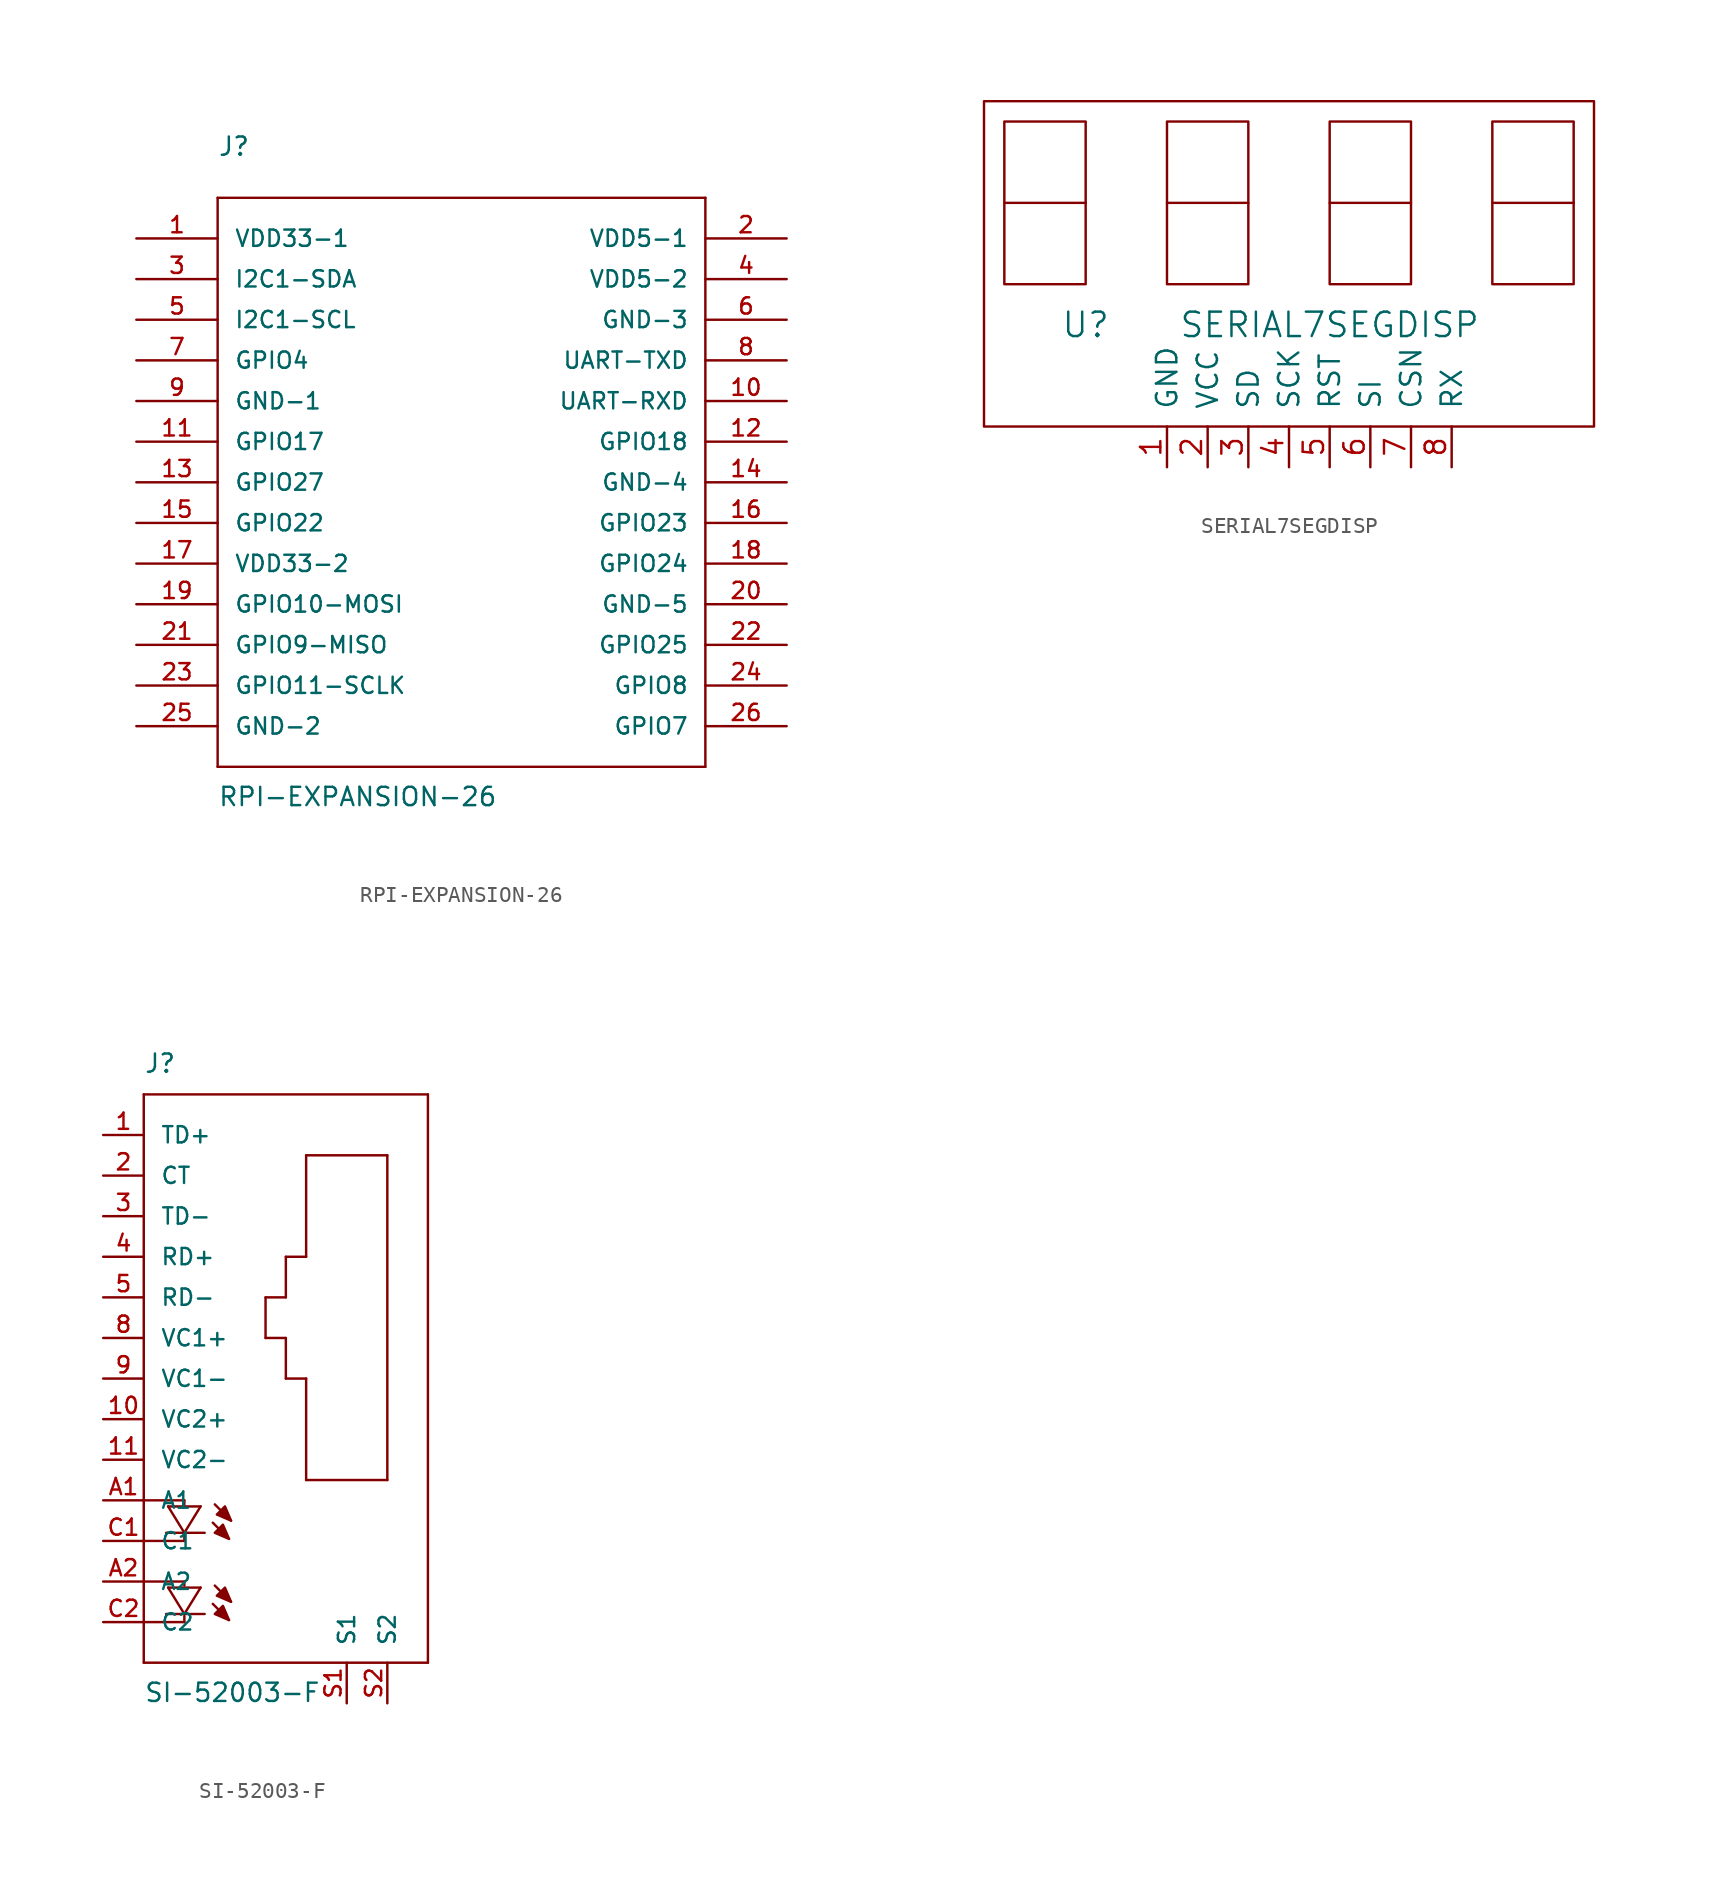
<source format=kicad_sym>
(kicad_symbol_lib
  (version 20220914)
  (generator kicad_symbol_editor)
  (symbol "RPI-EXPANSION-26"
    (pin_names
      (offset 1.016))
    (property "Reference" "J"
      (at -25.4 27.94 0)
      (effects (font (size 1.143 1.143)) (justify left bottom)))
    (property "Value" "RPI-EXPANSION-26"
      (at -25.4 -12.7 0)
      (effects (font (size 1.143 1.143)) (justify left bottom)))
    (property "ki_locked" ""
      (at 0 0 0)
      (effects (font (size 1.27 1.27))))
    (symbol "RPI-EXPANSION-26_1_0"
      (polyline (pts (xy -25.4 -10.16) (xy 5.08 -10.16)) (stroke (width 0) (type solid)) (fill (type none)))
      (polyline (pts (xy -25.4 25.4) (xy -25.4 -10.16)) (stroke (width 0) (type solid)) (fill (type none)))
      (polyline (pts (xy 5.08 -10.16) (xy 5.08 25.4)) (stroke (width 0) (type solid)) (fill (type none)))
      (polyline (pts (xy 5.08 25.4) (xy -25.4 25.4)) (stroke (width 0) (type solid)) (fill (type none))))
    (symbol "RPI-EXPANSION-26_1_1"
      (pin bidirectional line (at -30.48 22.86 0) (length 5.08) (name "VDD33-1" (effects (font (size 1.016 1.016)))) (number "1" (effects (font (size 1.016 1.016)))))
      (pin bidirectional line (at 10.16 12.7 180) (length 5.08) (name "UART-RXD" (effects (font (size 1.016 1.016)))) (number "10" (effects (font (size 1.016 1.016)))))
      (pin bidirectional line (at -30.48 10.16 0) (length 5.08) (name "GPIO17" (effects (font (size 1.016 1.016)))) (number "11" (effects (font (size 1.016 1.016)))))
      (pin bidirectional line (at 10.16 10.16 180) (length 5.08) (name "GPIO18" (effects (font (size 1.016 1.016)))) (number "12" (effects (font (size 1.016 1.016)))))
      (pin bidirectional line (at -30.48 7.62 0) (length 5.08) (name "GPIO27" (effects (font (size 1.016 1.016)))) (number "13" (effects (font (size 1.016 1.016)))))
      (pin bidirectional line (at 10.16 7.62 180) (length 5.08) (name "GND-4" (effects (font (size 1.016 1.016)))) (number "14" (effects (font (size 1.016 1.016)))))
      (pin bidirectional line (at -30.48 5.08 0) (length 5.08) (name "GPIO22" (effects (font (size 1.016 1.016)))) (number "15" (effects (font (size 1.016 1.016)))))
      (pin bidirectional line (at 10.16 5.08 180) (length 5.08) (name "GPIO23" (effects (font (size 1.016 1.016)))) (number "16" (effects (font (size 1.016 1.016)))))
      (pin bidirectional line (at -30.48 2.54 0) (length 5.08) (name "VDD33-2" (effects (font (size 1.016 1.016)))) (number "17" (effects (font (size 1.016 1.016)))))
      (pin bidirectional line (at 10.16 2.54 180) (length 5.08) (name "GPIO24" (effects (font (size 1.016 1.016)))) (number "18" (effects (font (size 1.016 1.016)))))
      (pin bidirectional line (at -30.48 0 0) (length 5.08) (name "GPIO10-MOSI" (effects (font (size 1.016 1.016)))) (number "19" (effects (font (size 1.016 1.016)))))
      (pin bidirectional line (at 10.16 22.86 180) (length 5.08) (name "VDD5-1" (effects (font (size 1.016 1.016)))) (number "2" (effects (font (size 1.016 1.016)))))
      (pin bidirectional line (at 10.16 0 180) (length 5.08) (name "GND-5" (effects (font (size 1.016 1.016)))) (number "20" (effects (font (size 1.016 1.016)))))
      (pin bidirectional line (at -30.48 -2.54 0) (length 5.08) (name "GPIO9-MISO" (effects (font (size 1.016 1.016)))) (number "21" (effects (font (size 1.016 1.016)))))
      (pin bidirectional line (at 10.16 -2.54 180) (length 5.08) (name "GPIO25" (effects (font (size 1.016 1.016)))) (number "22" (effects (font (size 1.016 1.016)))))
      (pin bidirectional line (at -30.48 -5.08 0) (length 5.08) (name "GPIO11-SCLK" (effects (font (size 1.016 1.016)))) (number "23" (effects (font (size 1.016 1.016)))))
      (pin bidirectional line (at 10.16 -5.08 180) (length 5.08) (name "GPIO8" (effects (font (size 1.016 1.016)))) (number "24" (effects (font (size 1.016 1.016)))))
      (pin bidirectional line (at -30.48 -7.62 0) (length 5.08) (name "GND-2" (effects (font (size 1.016 1.016)))) (number "25" (effects (font (size 1.016 1.016)))))
      (pin bidirectional line (at 10.16 -7.62 180) (length 5.08) (name "GPIO7" (effects (font (size 1.016 1.016)))) (number "26" (effects (font (size 1.016 1.016)))))
      (pin bidirectional line (at -30.48 20.32 0) (length 5.08) (name "I2C1-SDA" (effects (font (size 1.016 1.016)))) (number "3" (effects (font (size 1.016 1.016)))))
      (pin bidirectional line (at 10.16 20.32 180) (length 5.08) (name "VDD5-2" (effects (font (size 1.016 1.016)))) (number "4" (effects (font (size 1.016 1.016)))))
      (pin bidirectional line (at -30.48 17.78 0) (length 5.08) (name "I2C1-SCL" (effects (font (size 1.016 1.016)))) (number "5" (effects (font (size 1.016 1.016)))))
      (pin bidirectional line (at 10.16 17.78 180) (length 5.08) (name "GND-3" (effects (font (size 1.016 1.016)))) (number "6" (effects (font (size 1.016 1.016)))))
      (pin bidirectional line (at -30.48 15.24 0) (length 5.08) (name "GPIO4" (effects (font (size 1.016 1.016)))) (number "7" (effects (font (size 1.016 1.016)))))
      (pin bidirectional line (at 10.16 15.24 180) (length 5.08) (name "UART-TXD" (effects (font (size 1.016 1.016)))) (number "8" (effects (font (size 1.016 1.016)))))
      (pin bidirectional line (at -30.48 12.7 0) (length 5.08) (name "GND-1" (effects (font (size 1.016 1.016)))) (number "9" (effects (font (size 1.016 1.016)))))))
  (symbol "SERIAL7SEGDISP"
    (pin_names
      (offset 1.016))
    (property "Reference" "U"
      (at -12.7 -2.54 0)
      (effects (font (size 1.524 1.524))))
    (property "Value" "SERIAL7SEGDISP"
      (at 2.54 -2.54 0)
      (effects (font (size 1.524 1.524))))
    (symbol "SERIAL7SEGDISP_0_1"
      (rectangle (start -19.05 -8.89) (end 19.05 11.43) (stroke (width 0) (type solid)) (fill (type none)))
      (polyline (pts (xy -17.78 5.08) (xy -12.7 5.08) (xy -12.7 5.08)) (stroke (width 0) (type solid)) (fill (type none)))
      (polyline (pts (xy -7.62 5.08) (xy -2.54 5.08) (xy -2.54 5.08)) (stroke (width 0) (type solid)) (fill (type none)))
      (polyline (pts (xy 2.54 5.08) (xy 7.62 5.08) (xy 7.62 5.08)) (stroke (width 0) (type solid)) (fill (type none)))
      (polyline (pts (xy 12.7 5.08) (xy 17.78 5.08) (xy 17.78 5.08)) (stroke (width 0) (type solid)) (fill (type none)))
      (polyline (pts (xy -17.78 10.16) (xy -17.78 0) (xy -12.7 0) (xy -12.7 10.16) (xy -17.78 10.16) (xy -17.78 10.16)) (stroke (width 0) (type solid)) (fill (type none)))
      (polyline (pts (xy -7.62 10.16) (xy -7.62 0) (xy -2.54 0) (xy -2.54 10.16) (xy -7.62 10.16) (xy -7.62 10.16)) (stroke (width 0) (type solid)) (fill (type none)))
      (polyline (pts (xy 2.54 10.16) (xy 2.54 0) (xy 7.62 0) (xy 7.62 10.16) (xy 2.54 10.16) (xy 2.54 10.16)) (stroke (width 0) (type solid)) (fill (type none)))
      (polyline (pts (xy 12.7 10.16) (xy 12.7 0) (xy 16.51 0) (xy 17.78 0) (xy 17.78 10.16) (xy 12.7 10.16) (xy 12.7 10.16)) (stroke (width 0) (type solid)) (fill (type none))))
    (symbol "SERIAL7SEGDISP_1_1"
      (pin input line (at -7.62 -11.43 90) (length 2.54) (name "GND" (effects (font (size 1.27 1.27)))) (number "1" (effects (font (size 1.27 1.27)))))
      (pin input line (at -5.08 -11.43 90) (length 2.54) (name "VCC" (effects (font (size 1.27 1.27)))) (number "2" (effects (font (size 1.27 1.27)))))
      (pin input line (at -2.54 -11.43 90) (length 2.54) (name "SD" (effects (font (size 1.27 1.27)))) (number "3" (effects (font (size 1.27 1.27)))))
      (pin input line (at 0 -11.43 90) (length 2.54) (name "SCK" (effects (font (size 1.27 1.27)))) (number "4" (effects (font (size 1.27 1.27)))))
      (pin input line (at 2.54 -11.43 90) (length 2.54) (name "RST" (effects (font (size 1.27 1.27)))) (number "5" (effects (font (size 1.27 1.27)))))
      (pin input line (at 5.08 -11.43 90) (length 2.54) (name "SI" (effects (font (size 1.27 1.27)))) (number "6" (effects (font (size 1.27 1.27)))))
      (pin input line (at 7.62 -11.43 90) (length 2.54) (name "CSN" (effects (font (size 1.27 1.27)))) (number "7" (effects (font (size 1.27 1.27)))))
      (pin input line (at 10.16 -11.43 90) (length 2.54) (name "RX" (effects (font (size 1.27 1.27)))) (number "8" (effects (font (size 1.27 1.27)))))))
  (symbol "SI-52003-F"
    (pin_names
      (offset 1.016))
    (property "Reference" "J"
      (at -7.62 21.59 0)
      (effects (font (size 1.143 1.143)) (justify left bottom)))
    (property "Value" "SI-52003-F"
      (at -7.62 -17.78 0)
      (effects (font (size 1.143 1.143)) (justify left bottom)))
    (property "ki_locked" ""
      (at 0 0 0)
      (effects (font (size 1.27 1.27))))
    (symbol "SI-52003-F_1_0"
      (polyline (pts (xy -7.62 -15.24) (xy 10.16 -15.24)) (stroke (width 0) (type solid)) (fill (type none)))
      (polyline (pts (xy -7.62 -10.16) (xy -5.08 -10.16)) (stroke (width 0) (type solid)) (fill (type none)))
      (polyline (pts (xy -7.62 -7.62) (xy -7.62 -15.24)) (stroke (width 0) (type solid)) (fill (type none)))
      (polyline (pts (xy -7.62 -5.08) (xy -7.62 -7.62)) (stroke (width 0) (type solid)) (fill (type none)))
      (polyline (pts (xy -7.62 -5.08) (xy -5.08 -5.08)) (stroke (width 0) (type solid)) (fill (type none)))
      (polyline (pts (xy -7.62 20.32) (xy -7.62 -5.08)) (stroke (width 0) (type solid)) (fill (type none)))
      (polyline (pts (xy -6.223 -12.192) (xy -5.08 -12.192)) (stroke (width 0) (type solid)) (fill (type none)))
      (polyline (pts (xy -6.223 -7.112) (xy -5.08 -7.112)) (stroke (width 0) (type solid)) (fill (type none)))
      (polyline (pts (xy -6.096 -10.541) (xy -5.08 -12.192)) (stroke (width 0) (type solid)) (fill (type none)))
      (polyline (pts (xy -6.096 -10.541) (xy -4.064 -10.541)) (stroke (width 0) (type solid)) (fill (type none)))
      (polyline (pts (xy -6.096 -5.461) (xy -5.08 -7.112)) (stroke (width 0) (type solid)) (fill (type none)))
      (polyline (pts (xy -6.096 -5.461) (xy -4.064 -5.461)) (stroke (width 0) (type solid)) (fill (type none)))
      (polyline (pts (xy -5.08 -12.7) (xy -7.62 -12.7)) (stroke (width 0) (type solid)) (fill (type none)))
      (polyline (pts (xy -5.08 -12.319) (xy -5.08 -12.7)) (stroke (width 0) (type solid)) (fill (type none)))
      (polyline (pts (xy -5.08 -12.192) (xy -4.064 -10.541)) (stroke (width 0) (type solid)) (fill (type none)))
      (polyline (pts (xy -5.08 -12.192) (xy -3.81 -12.192)) (stroke (width 0) (type solid)) (fill (type none)))
      (polyline (pts (xy -5.08 -10.16) (xy -5.08 -10.414)) (stroke (width 0) (type solid)) (fill (type none)))
      (polyline (pts (xy -5.08 -7.62) (xy -7.62 -7.62)) (stroke (width 0) (type solid)) (fill (type none)))
      (polyline (pts (xy -5.08 -7.239) (xy -5.08 -7.62)) (stroke (width 0) (type solid)) (fill (type none)))
      (polyline (pts (xy -5.08 -7.112) (xy -4.064 -5.461)) (stroke (width 0) (type solid)) (fill (type none)))
      (polyline (pts (xy -5.08 -7.112) (xy -3.81 -7.112)) (stroke (width 0) (type solid)) (fill (type none)))
      (polyline (pts (xy -5.08 -5.08) (xy -5.08 -5.334)) (stroke (width 0) (type solid)) (fill (type none)))
      (polyline (pts (xy -3.302 -11.557) (xy -2.286 -12.573)) (stroke (width 0) (type solid)) (fill (type none)))
      (polyline (pts (xy -3.302 -6.477) (xy -2.286 -7.493)) (stroke (width 0) (type solid)) (fill (type none)))
      (polyline (pts (xy -3.175 -10.414) (xy -2.159 -11.43)) (stroke (width 0) (type solid)) (fill (type none)))
      (polyline (pts (xy -3.175 -5.334) (xy -2.159 -6.35)) (stroke (width 0) (type solid)) (fill (type none)))
      (polyline (pts (xy 0 5.08) (xy 1.27 5.08)) (stroke (width 0) (type solid)) (fill (type none)))
      (polyline (pts (xy 0 7.62) (xy 0 5.08)) (stroke (width 0) (type solid)) (fill (type none)))
      (polyline (pts (xy 1.27 2.54) (xy 2.54 2.54)) (stroke (width 0) (type solid)) (fill (type none)))
      (polyline (pts (xy 1.27 5.08) (xy 1.27 2.54)) (stroke (width 0) (type solid)) (fill (type none)))
      (polyline (pts (xy 1.27 7.62) (xy 0 7.62)) (stroke (width 0) (type solid)) (fill (type none)))
      (polyline (pts (xy 1.27 10.16) (xy 1.27 7.62)) (stroke (width 0) (type solid)) (fill (type none)))
      (polyline (pts (xy 2.54 -3.81) (xy 7.62 -3.81)) (stroke (width 0) (type solid)) (fill (type none)))
      (polyline (pts (xy 2.54 2.54) (xy 2.54 -3.81)) (stroke (width 0) (type solid)) (fill (type none)))
      (polyline (pts (xy 2.54 10.16) (xy 1.27 10.16)) (stroke (width 0) (type solid)) (fill (type none)))
      (polyline (pts (xy 2.54 16.51) (xy 2.54 10.16)) (stroke (width 0) (type solid)) (fill (type none)))
      (polyline (pts (xy 7.62 -3.81) (xy 7.62 16.51)) (stroke (width 0) (type solid)) (fill (type none)))
      (polyline (pts (xy 7.62 16.51) (xy 2.54 16.51)) (stroke (width 0) (type solid)) (fill (type none)))
      (polyline (pts (xy 10.16 -15.24) (xy 10.16 20.32)) (stroke (width 0) (type solid)) (fill (type none)))
      (polyline (pts (xy 10.16 20.32) (xy -7.62 20.32)) (stroke (width 0) (type solid)) (fill (type none))))
    (symbol "SI-52003-F_1_1"
      (polyline (pts (xy -2.286 -12.573) (xy -2.667 -11.684) (xy -2.667 -11.684) (xy -3.175 -12.192) (xy -3.175 -12.192) (xy -2.286 -12.573)) (stroke (width 0) (type solid)) (fill (type outline)))
      (polyline (pts (xy -2.286 -7.493) (xy -2.667 -6.604) (xy -2.667 -6.604) (xy -3.175 -7.112) (xy -3.175 -7.112) (xy -2.286 -7.493)) (stroke (width 0) (type solid)) (fill (type outline)))
      (polyline (pts (xy -2.159 -11.43) (xy -2.54 -10.541) (xy -2.54 -10.541) (xy -3.048 -11.049) (xy -3.048 -11.049) (xy -2.159 -11.43)) (stroke (width 0) (type solid)) (fill (type outline)))
      (polyline (pts (xy -2.159 -6.35) (xy -2.54 -5.461) (xy -2.54 -5.461) (xy -3.048 -5.969) (xy -3.048 -5.969) (xy -2.159 -6.35)) (stroke (width 0) (type solid)) (fill (type outline)))
      (pin passive line (at -10.16 17.78 0) (length 2.54) (name "TD+" (effects (font (size 1.016 1.016)))) (number "1" (effects (font (size 1.016 1.016)))))
      (pin passive line (at -10.16 0 0) (length 2.54) (name "VC2+" (effects (font (size 1.016 1.016)))) (number "10" (effects (font (size 1.016 1.016)))))
      (pin bidirectional line (at -10.16 -2.54 0) (length 2.54) (name "VC2-" (effects (font (size 1.016 1.016)))) (number "11" (effects (font (size 1.016 1.016)))))
      (pin passive line (at -10.16 15.24 0) (length 2.54) (name "CT" (effects (font (size 1.016 1.016)))) (number "2" (effects (font (size 1.016 1.016)))))
      (pin passive line (at -10.16 12.7 0) (length 2.54) (name "TD-" (effects (font (size 1.016 1.016)))) (number "3" (effects (font (size 1.016 1.016)))))
      (pin passive line (at -10.16 10.16 0) (length 2.54) (name "RD+" (effects (font (size 1.016 1.016)))) (number "4" (effects (font (size 1.016 1.016)))))
      (pin passive line (at -10.16 7.62 0) (length 2.54) (name "RD-" (effects (font (size 1.016 1.016)))) (number "5" (effects (font (size 1.016 1.016)))))
      (pin passive line (at -10.16 5.08 0) (length 2.54) (name "VC1+" (effects (font (size 1.016 1.016)))) (number "8" (effects (font (size 1.016 1.016)))))
      (pin passive line (at -10.16 2.54 0) (length 2.54) (name "VC1-" (effects (font (size 1.016 1.016)))) (number "9" (effects (font (size 1.016 1.016)))))
      (pin passive line (at -10.16 -5.08 0) (length 2.54) (name "A1" (effects (font (size 1.016 1.016)))) (number "A1" (effects (font (size 1.016 1.016)))))
      (pin passive line (at -10.16 -10.16 0) (length 2.54) (name "A2" (effects (font (size 1.016 1.016)))) (number "A2" (effects (font (size 1.016 1.016)))))
      (pin passive line (at -10.16 -7.62 0) (length 2.54) (name "C1" (effects (font (size 1.016 1.016)))) (number "C1" (effects (font (size 1.016 1.016)))))
      (pin passive line (at -10.16 -12.7 0) (length 2.54) (name "C2" (effects (font (size 1.016 1.016)))) (number "C2" (effects (font (size 1.016 1.016)))))
      (pin passive line (at 5.08 -17.78 90) (length 2.54) (name "S1" (effects (font (size 1.016 1.016)))) (number "S1" (effects (font (size 1.016 1.016)))))
      (pin passive line (at 7.62 -17.78 90) (length 2.54) (name "S2" (effects (font (size 1.016 1.016)))) (number "S2" (effects (font (size 1.016 1.016))))))))
</source>
